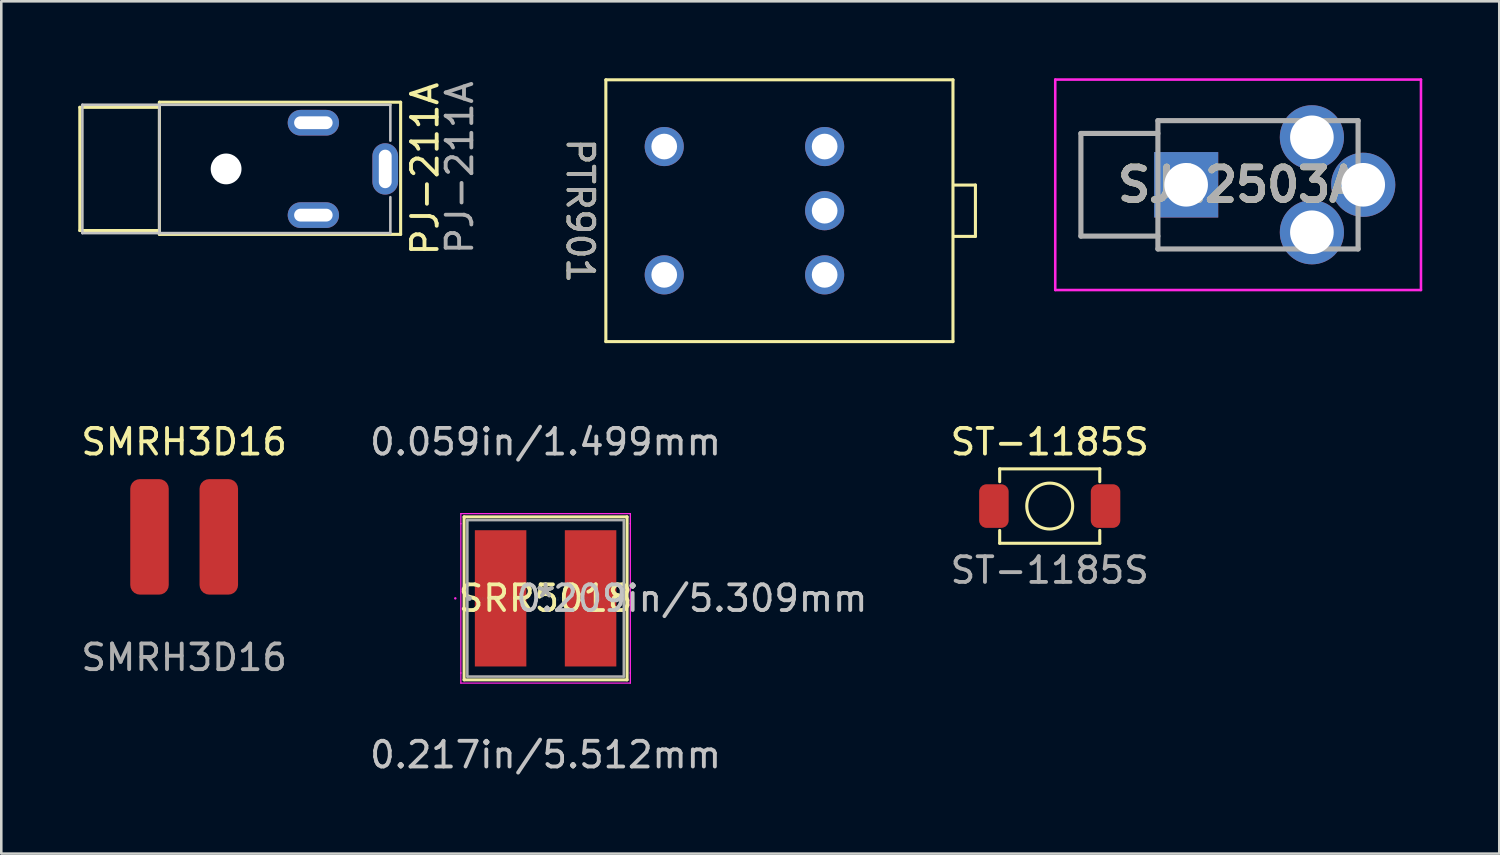
<source format=kicad_pcb>
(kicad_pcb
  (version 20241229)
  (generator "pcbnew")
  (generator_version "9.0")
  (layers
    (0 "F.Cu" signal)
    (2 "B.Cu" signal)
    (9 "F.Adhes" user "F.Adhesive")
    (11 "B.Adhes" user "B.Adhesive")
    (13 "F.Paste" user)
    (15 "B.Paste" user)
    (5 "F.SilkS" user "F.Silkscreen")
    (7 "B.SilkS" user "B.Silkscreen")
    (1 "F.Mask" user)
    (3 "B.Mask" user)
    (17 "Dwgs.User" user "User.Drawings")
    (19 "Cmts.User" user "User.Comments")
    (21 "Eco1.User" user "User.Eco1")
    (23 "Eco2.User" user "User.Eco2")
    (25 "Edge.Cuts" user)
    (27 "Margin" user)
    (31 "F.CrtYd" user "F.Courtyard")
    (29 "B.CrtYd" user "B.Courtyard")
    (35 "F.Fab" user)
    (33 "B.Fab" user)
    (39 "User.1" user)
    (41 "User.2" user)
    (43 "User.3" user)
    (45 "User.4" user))
  (footprint "SMRH3D16"
    (layer "F.Cu")
    (at 4.125 17.868)
    (property "Reference" "SMRH3D16" (at 0 -3.7 0) (unlocked yes) (layer "F.SilkS") (effects (font (size 1 1) (thickness 0.15))))
    (attr smd)
    (fp_text user "${REFERENCE}" (at 0 4.7 0) (unlocked yes) (layer "F.Fab") (effects (font (size 1 1) (thickness 0.15))))
    (pad "1" smd roundrect (at -1.35 0) (size 1.5 4.5) (layers "F.Cu" "F.Mask" "F.Paste") (roundrect_rratio 0.25))
    (pad "2" smd roundrect (at 1.35 0) (size 1.5 4.5) (layers "F.Cu" "F.Mask" "F.Paste") (roundrect_rratio 0.25)))
  (footprint "PJ-211A"
    (layer "F.Cu")
    (at 5.76 3.532)
    (property "Reference" "PJ-211A" (at 7.75 0 90) (unlocked yes) (layer "F.SilkS") (effects (font (size 1 1) (thickness 0.15))))
    (attr through_hole)
    (fp_line (start -5.7 -2.4) (end -5.7 2.4) (stroke (width 0.12) (type solid)) (layer "F.SilkS"))
    (fp_line (start -5.7 2.4) (end -2.65 2.4) (stroke (width 0.12) (type solid)) (layer "F.SilkS"))
    (fp_line (start -2.6 -2.6) (end 6.8 -2.6) (stroke (width 0.12) (type solid)) (layer "F.SilkS"))
    (fp_line (start -2.6 -2.4) (end -5.7 -2.4) (stroke (width 0.12) (type solid)) (layer "F.SilkS"))
    (fp_line (start -2.6 2.55) (end -2.6 -2.6) (stroke (width 0.12) (type solid)) (layer "F.SilkS"))
    (fp_line (start 6.8 -2.6) (end 6.8 2.55) (stroke (width 0.12) (type solid)) (layer "F.SilkS"))
    (fp_line (start 6.8 2.55) (end -2.6 2.55) (stroke (width 0.12) (type solid)) (layer "F.SilkS"))
    (fp_line (start -5.6 2.5) (end -5.6 -2.5) (stroke (width 0.1) (type solid)) (layer "Dwgs.User"))
    (fp_line (start -2.6 -2.5) (end -5.6 -2.5) (stroke (width 0.1) (type solid)) (layer "Dwgs.User"))
    (fp_line (start -2.6 -2.5) (end -2.6 2.5) (stroke (width 0.1) (type solid)) (layer "Dwgs.User"))
    (fp_line (start -2.6 -2.5) (end 6.4 -2.5) (stroke (width 0.1) (type solid)) (layer "Dwgs.User"))
    (fp_line (start -2.6 2.5) (end -5.6 2.5) (stroke (width 0.1) (type solid)) (layer "Dwgs.User"))
    (fp_line (start -2.6 2.5) (end 6.4 2.5) (stroke (width 0.1) (type solid)) (layer "Dwgs.User"))
    (fp_line (start 6.4 -2.5) (end 6.4 -1.1) (stroke (width 0.1) (type solid)) (layer "Dwgs.User"))
    (fp_line (start 6.4 2.5) (end 6.4 1.1) (stroke (width 0.1) (type solid)) (layer "Dwgs.User"))
    (fp_text user "${REFERENCE}" (at 9.1 -0.05 90) (unlocked yes) (layer "F.Fab") (effects (font (size 1 1) (thickness 0.15))))
    (pad "" np_thru_hole circle (at 0 0) (size 1.2 1.2) (drill 1.2) (layers "*.Cu" "*.Mask"))
    (pad "R" thru_hole oval (at 3.4 -1.8) (size 2 1) (drill oval 1.5 0.5) (layers "*.Cu" "*.Mask"))
    (pad "S" thru_hole oval (at 6.2 0) (size 1 2) (drill oval 0.5 1.5) (layers "*.Cu" "*.Mask"))
    (pad "T" thru_hole oval (at 3.4 1.8) (size 2 1) (drill oval 1.5 0.5) (layers "*.Cu" "*.Mask")))
  (footprint "PTR901"
    (layer "F.Cu")
    (at 25.956 5.16)
    (property "Reference" "PTR901" (at -6.4 0 270) (unlocked yes) (layer "F.SilkS") (effects (font (size 1 1) (thickness 0.15))))
    (attr through_hole)
    (fp_line (start -5.4 -5.1) (end -5.4 5.1) (stroke (width 0.12) (type solid)) (layer "F.SilkS"))
    (fp_line (start 8.125 -5.1) (end -5.4 -5.1) (stroke (width 0.12) (type solid)) (layer "F.SilkS"))
    (fp_line (start 8.125 -5.1) (end 8.125 5.1) (stroke (width 0.12) (type solid)) (layer "F.SilkS"))
    (fp_line (start 8.125 5.1) (end -5.4 5.1) (stroke (width 0.12) (type solid)) (layer "F.SilkS"))
    (fp_line (start 8.15 -1) (end 9 -1) (stroke (width 0.12) (type solid)) (layer "F.SilkS"))
    (fp_line (start 9 -1) (end 9 1) (stroke (width 0.12) (type solid)) (layer "F.SilkS"))
    (fp_line (start 9 1) (end 8.15 1) (stroke (width 0.12) (type solid)) (layer "F.SilkS"))
    (fp_text user "${REFERENCE}" (at -6.4 0 270) (unlocked yes) (layer "F.Fab") (effects (font (size 1 1) (thickness 0.15))))
    (pad "1" thru_hole circle (at 3.125 2.5) (size 1.524 1.524) (drill 1) (layers "*.Cu" "*.Mask"))
    (pad "2" thru_hole circle (at 3.125 0) (size 1.524 1.524) (drill 1) (layers "*.Cu" "*.Mask"))
    (pad "3" thru_hole circle (at 3.125 -2.5) (size 1.524 1.524) (drill 1) (layers "*.Cu" "*.Mask"))
    (pad "SW1" thru_hole circle (at -3.125 2.5) (size 1.524 1.524) (drill 1) (layers "*.Cu" "*.Mask"))
    (pad "SW2" thru_hole circle (at -3.125 -2.5) (size 1.524 1.524) (drill 1) (layers "*.Cu" "*.Mask")))
  (footprint "ST-1185S"
    (layer "F.Cu")
    (at 37.851 16.668)
    (property "Reference" "ST-1185S" (at 0 -2.5 0) (unlocked yes) (layer "F.SilkS") (effects (font (size 1 1) (thickness 0.15))))
    (attr smd)
    (fp_line (start -1.95 -1.45) (end -1.95 -0.95) (stroke (width 0.12) (type solid)) (layer "F.SilkS"))
    (fp_line (start -1.95 -1.45) (end 1.95 -1.45) (stroke (width 0.12) (type solid)) (layer "F.SilkS"))
    (fp_line (start -1.95 1.45) (end -1.95 0.95) (stroke (width 0.12) (type solid)) (layer "F.SilkS"))
    (fp_line (start 1.95 -1.45) (end 1.95 -0.95) (stroke (width 0.12) (type solid)) (layer "F.SilkS"))
    (fp_line (start 1.95 1.45) (end -1.95 1.45) (stroke (width 0.12) (type solid)) (layer "F.SilkS"))
    (fp_line (start 1.95 1.45) (end 1.95 0.95) (stroke (width 0.12) (type solid)) (layer "F.SilkS"))
    (fp_circle (center 0 0) (end 0.8 0.4) (stroke (width 0.12) (type solid)) (fill no) (layer "F.SilkS"))
    (fp_text user "${REFERENCE}" (at 0 2.5 0) (unlocked yes) (layer "F.Fab") (effects (font (size 1 1) (thickness 0.15))))
    (pad "1" smd roundrect (at -2.175 0) (size 1.15 1.7) (layers "F.Cu" "F.Mask" "F.Paste") (roundrect_rratio 0.25))
    (pad "2" smd roundrect (at 2.175 0) (size 1.15 1.7) (layers "F.Cu" "F.Mask" "F.Paste") (roundrect_rratio 0.25)))
  (footprint "SRR5018"
    (layer "F.Cu")
    (at 18.208 20.264)
    (property "Reference" "SRR5018" (at 0 0 0) (layer "F.SilkS") (effects (font (size 1 1) (thickness 0.15))))
    (attr through_hole)
    (fp_line (start -3.175 -3.175) (end -3.175 3.175) (stroke (width 0.12) (type solid)) (layer "F.SilkS"))
    (fp_line (start -3.175 3.175) (end 3.175 3.175) (stroke (width 0.12) (type solid)) (layer "F.SilkS"))
    (fp_line (start 3.175 -3.175) (end -3.175 -3.175) (stroke (width 0.12) (type solid)) (layer "F.SilkS"))
    (fp_line (start 3.175 3.175) (end 3.175 -3.175) (stroke (width 0.12) (type solid)) (layer "F.SilkS"))
    (fp_line (start -3.302 -3.302) (end 3.302 -3.302) (stroke (width 0.05) (type solid)) (layer "F.CrtYd"))
    (fp_line (start -3.302 -2.908) (end -3.302 -3.302) (stroke (width 0.05) (type solid)) (layer "F.CrtYd"))
    (fp_line (start -3.302 -2.908) (end -3.302 -2.908) (stroke (width 0.05) (type solid)) (layer "F.CrtYd"))
    (fp_line (start -3.302 2.908) (end -3.302 -2.908) (stroke (width 0.05) (type solid)) (layer "F.CrtYd"))
    (fp_line (start -3.302 2.908) (end -3.302 2.908) (stroke (width 0.05) (type solid)) (layer "F.CrtYd"))
    (fp_line (start -3.302 3.302) (end -3.302 2.908) (stroke (width 0.05) (type solid)) (layer "F.CrtYd"))
    (fp_line (start 3.302 -3.302) (end 3.302 -2.908) (stroke (width 0.05) (type solid)) (layer "F.CrtYd"))
    (fp_line (start 3.302 -2.908) (end 3.302 -2.908) (stroke (width 0.05) (type solid)) (layer "F.CrtYd"))
    (fp_line (start 3.302 -2.908) (end 3.302 2.908) (stroke (width 0.05) (type solid)) (layer "F.CrtYd"))
    (fp_line (start 3.302 2.908) (end 3.302 2.908) (stroke (width 0.05) (type solid)) (layer "F.CrtYd"))
    (fp_line (start 3.302 2.908) (end 3.302 3.302) (stroke (width 0.05) (type solid)) (layer "F.CrtYd"))
    (fp_line (start 3.302 3.302) (end -3.302 3.302) (stroke (width 0.05) (type solid)) (layer "F.CrtYd"))
    (fp_circle (center -3.518 0) (end -3.518 0) (stroke (width 0.05) (type solid)) (fill no) (layer "F.CrtYd"))
    (fp_line (start -3.048 -3.048) (end -3.048 3.048) (stroke (width 0.1) (type solid)) (layer "F.Fab"))
    (fp_line (start -3.048 3.048) (end 3.048 3.048) (stroke (width 0.1) (type solid)) (layer "F.Fab"))
    (fp_line (start 3.048 -3.048) (end -3.048 -3.048) (stroke (width 0.1) (type solid)) (layer "F.Fab"))
    (fp_line (start 3.048 3.048) (end 3.048 -3.048) (stroke (width 0.1) (type solid)) (layer "F.Fab"))
    (fp_circle (center -2.972 0) (end -2.972 0) (stroke (width 0.1) (type solid)) (fill no) (layer "F.Fab"))
    (fp_text user "*" (at 0 0 0) (layer "F.SilkS") (effects (font (size 1 1) (thickness 0.15))))
    (fp_text user "0.217in/5.512mm" (at 0 6.096 0) (layer "Dwgs.User") (effects (font (size 1 1) (thickness 0.15))))
    (fp_text user "0.059in/1.499mm" (at 0 -6.096 0) (layer "Dwgs.User") (effects (font (size 1 1) (thickness 0.15))))
    (fp_text user "0.209in/5.309mm" (at 5.702 0 0) (layer "Dwgs.User") (effects (font (size 1 1) (thickness 0.15))))
    (fp_text user "Copyright 2021 Accelerated Designs. All rights reserved." (at 0 0 0) (layer "Cmts.User") (effects (font (size 0.127 0.127) (thickness 0.002))))
    (fp_text user "*" (at 0 0 0) (layer "F.Fab") (effects (font (size 1 1) (thickness 0.15))))
    (pad "1" smd rect (at -1.753 0) (size 2.007 5.309) (layers "F.Cu" "F.Mask" "F.Paste"))
    (pad "2" smd rect (at 1.753 0) (size 2.007 5.309) (layers "F.Cu" "F.Mask" "F.Paste")))
  (footprint "SJ12503A"
    (layer "F.Cu")
    (at 43.166 4.15)
    (property "Reference" "SJ12503A" (at 2.025 0 0) (layer "F.SilkS") (effects (font (size 1.27 1.27) (thickness 0.254))))
    (attr through_hole)
    (fp_line (start -1.1 -2.5) (end 3.5 -2.5) (stroke (width 0.1) (type solid)) (layer "F.SilkS"))
    (fp_line (start -1.1 -1.5) (end -1.1 -2.5) (stroke (width 0.1) (type solid)) (layer "F.SilkS"))
    (fp_line (start -1.1 1.5) (end -1.1 2.5) (stroke (width 0.1) (type solid)) (layer "F.SilkS"))
    (fp_line (start -1.1 2.5) (end 3.5 2.5) (stroke (width 0.1) (type solid)) (layer "F.SilkS"))
    (fp_line (start -5.1 -4.1) (end 9.15 -4.1) (stroke (width 0.1) (type solid)) (layer "F.CrtYd"))
    (fp_line (start -5.1 4.1) (end -5.1 -4.1) (stroke (width 0.1) (type solid)) (layer "F.CrtYd"))
    (fp_line (start 9.15 -4.1) (end 9.15 4.1) (stroke (width 0.1) (type solid)) (layer "F.CrtYd"))
    (fp_line (start 9.15 4.1) (end -5.1 4.1) (stroke (width 0.1) (type solid)) (layer "F.CrtYd"))
    (fp_line (start -4.1 -2) (end -4.1 2) (stroke (width 0.2) (type solid)) (layer "F.Fab"))
    (fp_line (start -4.1 2) (end -1.1 2) (stroke (width 0.2) (type solid)) (layer "F.Fab"))
    (fp_line (start -1.1 -2.5) (end 6.7 -2.5) (stroke (width 0.2) (type solid)) (layer "F.Fab"))
    (fp_line (start -1.1 -2) (end -4.1 -2) (stroke (width 0.2) (type solid)) (layer "F.Fab"))
    (fp_line (start -1.1 2.5) (end -1.1 -2.5) (stroke (width 0.2) (type solid)) (layer "F.Fab"))
    (fp_line (start 6.7 -2.5) (end 6.7 2.5) (stroke (width 0.2) (type solid)) (layer "F.Fab"))
    (fp_line (start 6.7 2.5) (end -1.1 2.5) (stroke (width 0.2) (type solid)) (layer "F.Fab"))
    (fp_text user "${REFERENCE}" (at 2.025 0 0) (layer "F.Fab") (effects (font (size 1.27 1.27) (thickness 0.254))))
    (pad "" np_thru_hole circle (at 2.4 0) (size 0.001 0.001) (drill 1.2) (layers "*.Cu" "*.Mask"))
    (pad "1" thru_hole rect (at 0 0) (size 2.5 2.55) (drill 1.7) (layers "*.Cu" "*.Mask"))
    (pad "2" thru_hole circle (at 4.9 1.85) (size 2.5 2.5) (drill 1.7) (layers "*.Cu" "*.Mask"))
    (pad "3" thru_hole circle (at 4.9 -1.85) (size 2.5 2.5) (drill 1.7) (layers "*.Cu" "*.Mask"))
    (pad "4" thru_hole circle (at 6.9 0) (size 2.5 2.5) (drill 1.7) (layers "*.Cu" "*.Mask")))
  (gr_rect
    (start -3 -3)
    (end 55.367 30.209)
    (stroke (width 0.1) (type default))
    (fill no)
    (layer "Edge.Cuts")))
</source>
